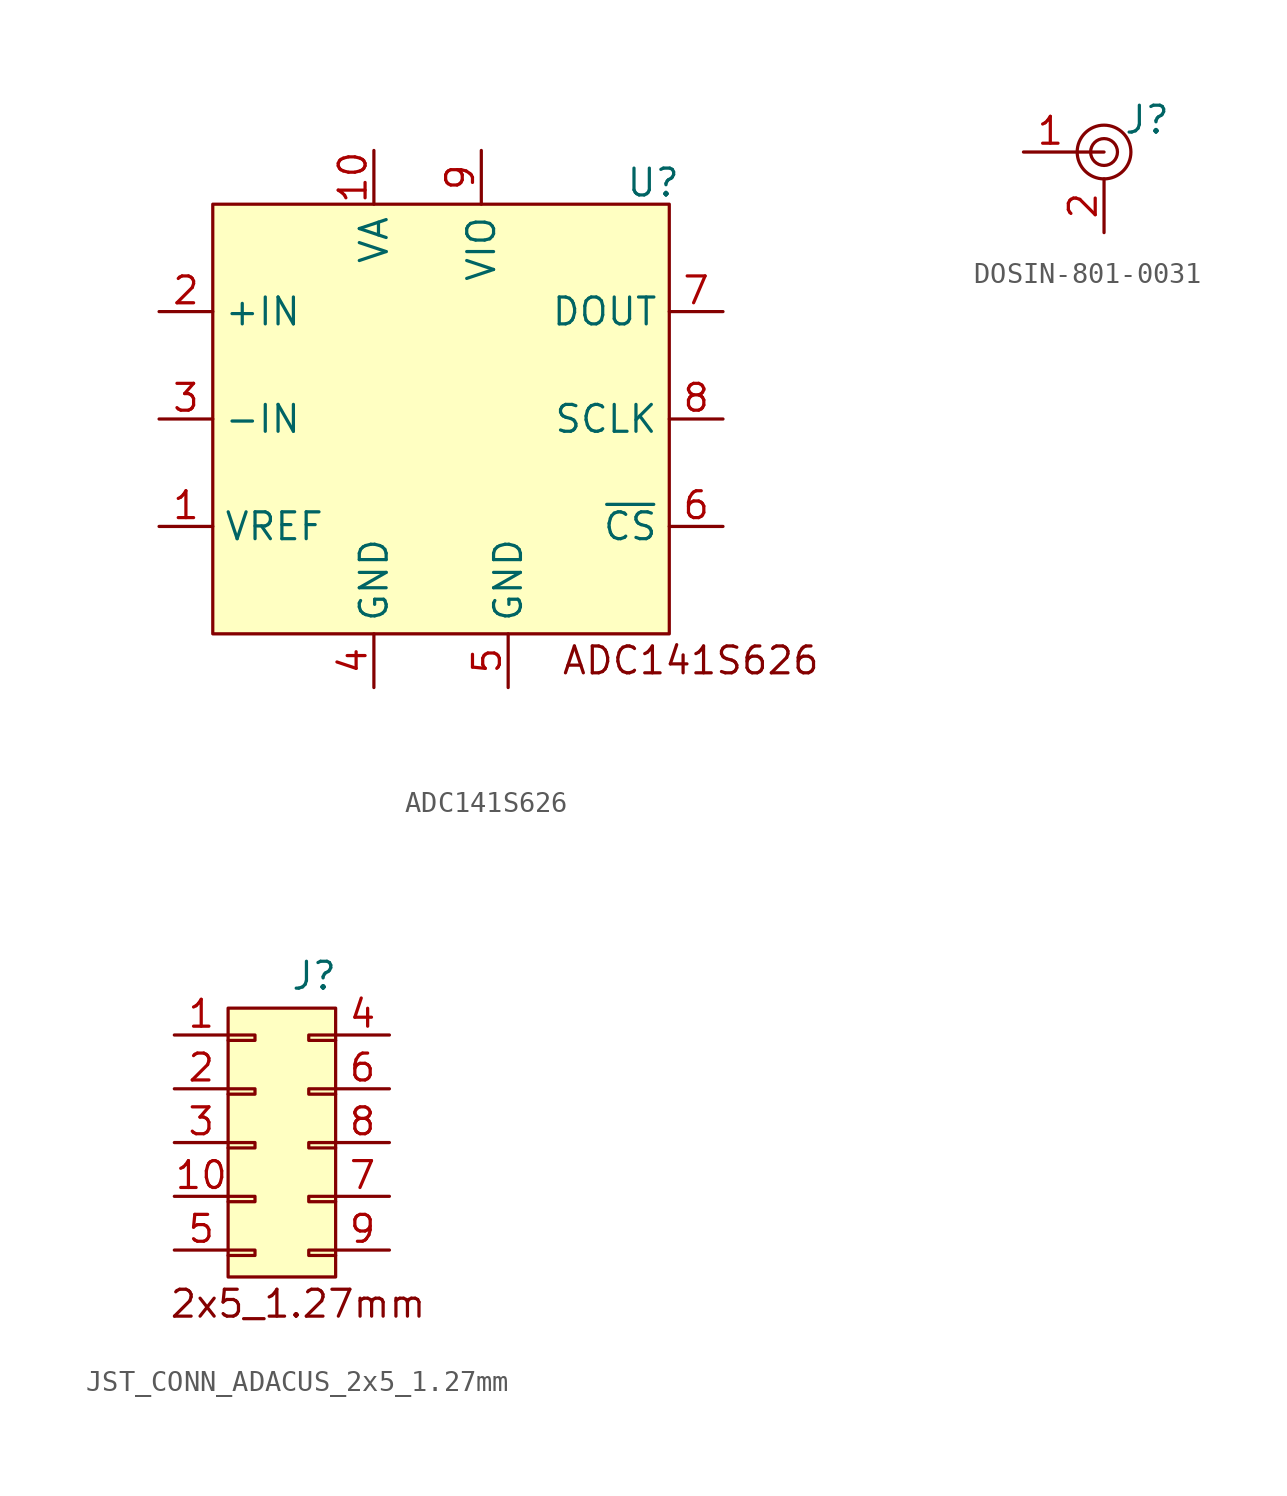
<source format=kicad_sym>
(kicad_symbol_lib
  (version 20231120)
  (generator "kicad_symbol_editor")
  (generator_version "8.0")
  (symbol "ADC141S626"
    (property "Reference" "U"
      (at 13.208 11.176 0)
      (effects (font (size 1.27 1.27))))
    (property "Value" ""
      (at 0 0 0)
      (effects (font (size 1.27 1.27))))
    (symbol "ADC141S626_1_1"
      (rectangle (start -7.62 10.16) (end 13.97 -10.16) (stroke (width 0) (type default)) (fill (type background)))
      (text "ADC141S626\n\n" (at 14.986 -12.446 0) (effects (font (size 1.27 1.27))))
      (pin input line (at -10.16 -5.08 0) (length 2.54) (name "VREF" (effects (font (size 1.27 1.27)))) (number "1" (effects (font (size 1.27 1.27)))))
      (pin passive line (at 0 12.7 270) (length 2.54) (name "VA" (effects (font (size 1.27 1.27)))) (number "10" (effects (font (size 1.27 1.27)))))
      (pin input line (at -10.16 5.08 0) (length 2.54) (name "+IN" (effects (font (size 1.27 1.27)))) (number "2" (effects (font (size 1.27 1.27)))))
      (pin input line (at -10.16 0 0) (length 2.54) (name "-IN" (effects (font (size 1.27 1.27)))) (number "3" (effects (font (size 1.27 1.27)))))
      (pin passive line (at 0 -12.7 90) (length 2.54) (name "GND" (effects (font (size 1.27 1.27)))) (number "4" (effects (font (size 1.27 1.27)))))
      (pin passive line (at 6.35 -12.7 90) (length 2.54) (name "GND" (effects (font (size 1.27 1.27)))) (number "5" (effects (font (size 1.27 1.27)))))
      (pin input line (at 16.51 -5.08 180) (length 2.54) (name "~{CS}" (effects (font (size 1.27 1.27)))) (number "6" (effects (font (size 1.27 1.27)))))
      (pin output line (at 16.51 5.08 180) (length 2.54) (name "DOUT" (effects (font (size 1.27 1.27)))) (number "7" (effects (font (size 1.27 1.27)))))
      (pin input line (at 16.51 0 180) (length 2.54) (name "SCLK" (effects (font (size 1.27 1.27)))) (number "8" (effects (font (size 1.27 1.27)))))
      (pin passive line (at 5.08 12.7 270) (length 2.54) (name "VIO" (effects (font (size 1.27 1.27)))) (number "9" (effects (font (size 1.27 1.27)))))))
  (symbol "DOSIN-801-0031"
    (property "Reference" "J"
      (at 4.572 1.524 0)
      (effects (font (size 1.27 1.27))))
    (property "Value" ""
      (at 0 0 0)
      (effects (font (size 1.27 1.27))))
    (symbol "DOSIN-801-0031_0_1"
      (polyline (pts (xy 1.27 0) (xy 2.54 0)) (stroke (width 0) (type default)) (fill (type none)))
      (circle (center 2.54 0) (radius 0.635) (stroke (width 0) (type default)) (fill (type none)))
      (circle (center 2.54 0) (radius 1.27) (stroke (width 0) (type default)) (fill (type none))))
    (symbol "DOSIN-801-0031_1_1"
      (pin passive line (at -1.27 0 0) (length 2.54) (name "" (effects (font (size 1.27 1.27)))) (number "1" (effects (font (size 1.27 1.27)))))
      (pin passive line (at 2.54 -3.81 90) (length 2.54) (name "" (effects (font (size 1.27 1.27)))) (number "2" (effects (font (size 1.27 1.27)))))))
  (symbol "JST_CONN_ADACUS_2x5_1.27mm"
    (property "Reference" "J"
      (at 2.794 9.144 0)
      (effects (font (size 1.27 1.27))))
    (property "Value" ""
      (at 0 0 0)
      (effects (font (size 1.27 1.27))))
    (symbol "JST_CONN_ADACUS_2x5_1.27mm_1_1"
      (rectangle (start -1.27 7.62) (end 3.81 -5.08) (stroke (width 0) (type default)) (fill (type background)))
      (polyline (pts (xy -1.27 -3.81) (xy 0 -3.81) (xy 0 -4.064) (xy -1.27 -4.064)) (stroke (width 0) (type default)) (fill (type none)))
      (polyline (pts (xy -1.27 -1.27) (xy 0 -1.27) (xy 0 -1.524) (xy -1.27 -1.524)) (stroke (width 0) (type default)) (fill (type none)))
      (polyline (pts (xy -1.27 1.27) (xy 0 1.27) (xy 0 1.016) (xy -1.27 1.016)) (stroke (width 0) (type default)) (fill (type none)))
      (polyline (pts (xy -1.27 3.81) (xy 0 3.81) (xy 0 3.556) (xy -1.27 3.556)) (stroke (width 0) (type default)) (fill (type none)))
      (polyline (pts (xy -1.27 6.35) (xy 0 6.35) (xy 0 6.096) (xy -1.27 6.096)) (stroke (width 0) (type default)) (fill (type none)))
      (polyline (pts (xy 3.81 -4.064) (xy 2.54 -4.064) (xy 2.54 -3.81) (xy 3.81 -3.81)) (stroke (width 0) (type default)) (fill (type none)))
      (polyline (pts (xy 3.81 -1.524) (xy 2.54 -1.524) (xy 2.54 -1.27) (xy 3.81 -1.27)) (stroke (width 0) (type default)) (fill (type none)))
      (polyline (pts (xy 3.81 1.016) (xy 2.54 1.016) (xy 2.54 1.27) (xy 3.81 1.27)) (stroke (width 0) (type default)) (fill (type none)))
      (polyline (pts (xy 3.81 3.556) (xy 2.54 3.556) (xy 2.54 3.81) (xy 3.81 3.81)) (stroke (width 0) (type default)) (fill (type none)))
      (polyline (pts (xy 3.81 6.096) (xy 2.54 6.096) (xy 2.54 6.35) (xy 3.81 6.35)) (stroke (width 0) (type default)) (fill (type none)))
      (text "2x5_1.27mm\n" (at 2.032 -6.35 0) (effects (font (size 1.27 1.27))))
      (pin input line (at -3.81 6.35 0) (length 2.54) (name "" (effects (font (size 1.27 1.27)))) (number "1" (effects (font (size 1.27 1.27)))))
      (pin input line (at -3.81 -1.27 0) (length 2.54) (name "" (effects (font (size 1.27 1.27)))) (number "10" (effects (font (size 1.27 1.27)))))
      (pin input line (at -3.81 3.81 0) (length 2.54) (name "" (effects (font (size 1.27 1.27)))) (number "2" (effects (font (size 1.27 1.27)))))
      (pin input line (at -3.81 1.27 0) (length 2.54) (name "" (effects (font (size 1.27 1.27)))) (number "3" (effects (font (size 1.27 1.27)))))
      (pin input line (at 6.35 6.35 180) (length 2.54) (name "" (effects (font (size 1.27 1.27)))) (number "4" (effects (font (size 1.27 1.27)))))
      (pin input line (at -3.81 -3.81 0) (length 2.54) (name "" (effects (font (size 1.27 1.27)))) (number "5" (effects (font (size 1.27 1.27)))))
      (pin input line (at 6.35 3.81 180) (length 2.54) (name "" (effects (font (size 1.27 1.27)))) (number "6" (effects (font (size 1.27 1.27)))))
      (pin input line (at 6.35 -1.27 180) (length 2.54) (name "" (effects (font (size 1.27 1.27)))) (number "7" (effects (font (size 1.27 1.27)))))
      (pin input line (at 6.35 1.27 180) (length 2.54) (name "" (effects (font (size 1.27 1.27)))) (number "8" (effects (font (size 1.27 1.27)))))
      (pin input line (at 6.35 -3.81 180) (length 2.54) (name "" (effects (font (size 1.27 1.27)))) (number "9" (effects (font (size 1.27 1.27))))))))
</source>
